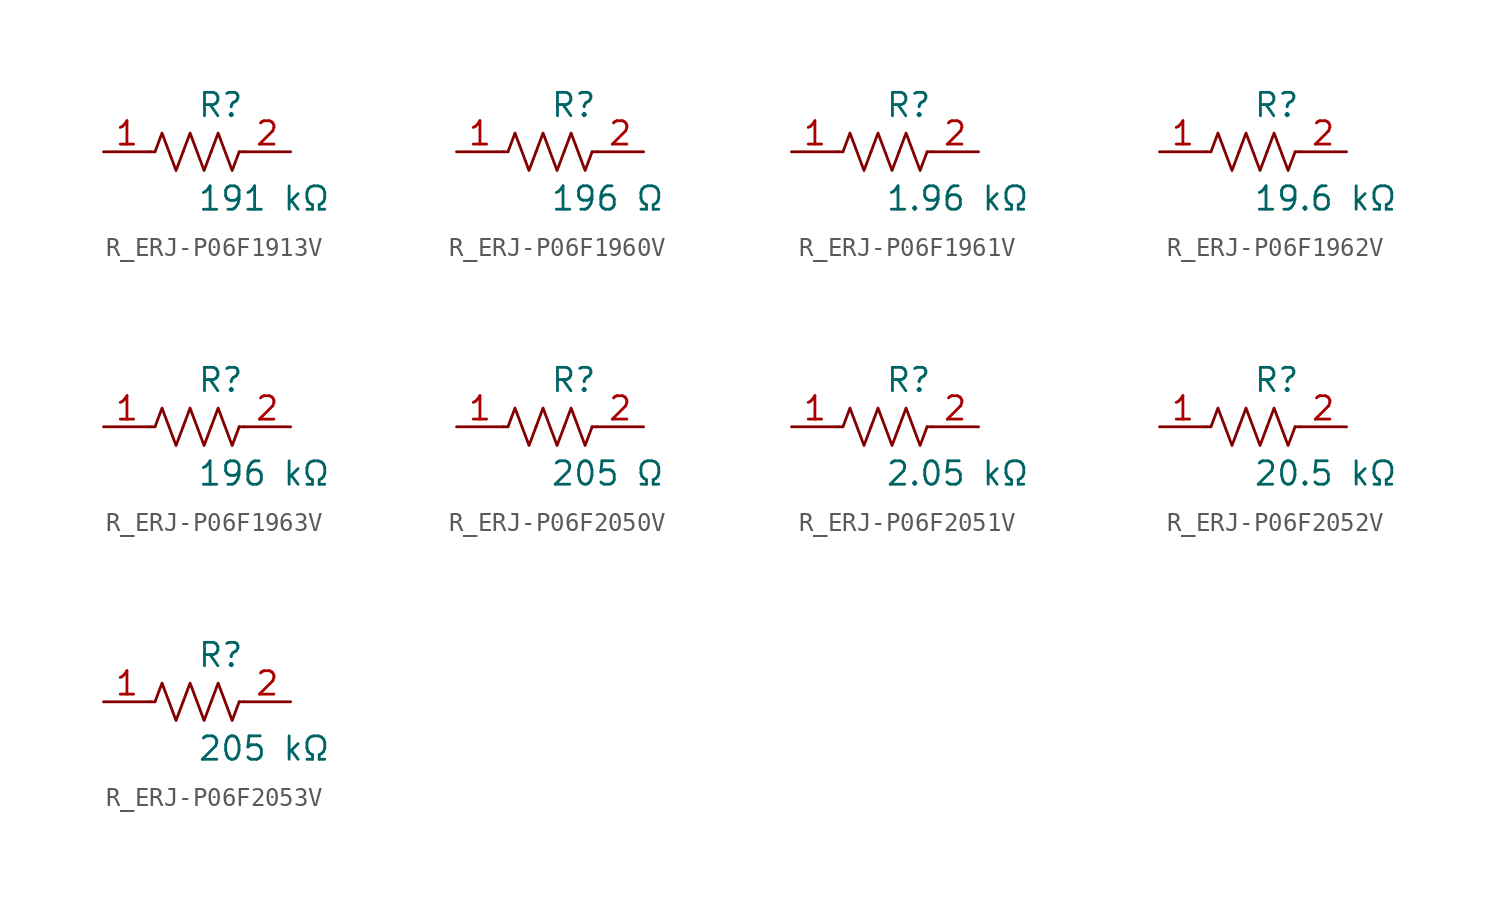
<source format=kicad_sym>
(kicad_symbol_lib
  (version 20231120)
  (generator kicad_symbol_editor)
  (generator_version 8.0)
  (symbol "R_ERJ-P06F1913V"
    (pin_names
      (offset 0.254))
    (property "Reference" "R"
      (at 0.0 2.54 0)
      (effects (font (size 1.27 1.27)) (justify left)))
    (property "Value" "191 kΩ"
      (at 0.0 -2.54 0)
      (effects (font (size 1.27 1.27)) (justify left)))
    (symbol "R_ERJ-P06F1913V_0_1"
      (polyline (pts (xy 2.286 0) (xy 2.54 0)) (stroke (width 0) (type default)) (fill (type none)))
      (polyline (pts (xy -2.286 0) (xy -2.54 0)) (stroke (width 0) (type default)) (fill (type none)))
      (polyline (pts (xy 0.762 0) (xy 1.143 1.016) (xy 1.524 0) (xy 1.905 -1.016) (xy 2.286 0)) (stroke (width 0) (type default)) (fill (type none)))
      (polyline (pts (xy -0.762 0) (xy -0.381 1.016) (xy 0 0) (xy 0.381 -1.016) (xy 0.762 0)) (stroke (width 0) (type default)) (fill (type none)))
      (polyline (pts (xy -2.286 0) (xy -1.905 1.016) (xy -1.524 0) (xy -1.143 -1.016) (xy -0.762 0)) (stroke (width 0) (type default)) (fill (type none))))
    (pin unspecified line
      (at -5.08 0 0)
      (length 2.54)
      (name "" (effects (font (size 1.27 1.27))))
      (number "1" (effects (font (size 1.27 1.27)))))
    (pin unspecified line
      (at 5.08 0 180)
      (length 2.54)
      (name "" (effects (font (size 1.27 1.27))))
      (number "2" (effects (font (size 1.27 1.27))))))
  (symbol "R_ERJ-P06F1960V"
    (pin_names
      (offset 0.254))
    (property "Reference" "R"
      (at 0.0 2.54 0)
      (effects (font (size 1.27 1.27)) (justify left)))
    (property "Value" "196 Ω"
      (at 0.0 -2.54 0)
      (effects (font (size 1.27 1.27)) (justify left)))
    (symbol "R_ERJ-P06F1960V_0_1"
      (polyline (pts (xy 2.286 0) (xy 2.54 0)) (stroke (width 0) (type default)) (fill (type none)))
      (polyline (pts (xy -2.286 0) (xy -2.54 0)) (stroke (width 0) (type default)) (fill (type none)))
      (polyline (pts (xy 0.762 0) (xy 1.143 1.016) (xy 1.524 0) (xy 1.905 -1.016) (xy 2.286 0)) (stroke (width 0) (type default)) (fill (type none)))
      (polyline (pts (xy -0.762 0) (xy -0.381 1.016) (xy 0 0) (xy 0.381 -1.016) (xy 0.762 0)) (stroke (width 0) (type default)) (fill (type none)))
      (polyline (pts (xy -2.286 0) (xy -1.905 1.016) (xy -1.524 0) (xy -1.143 -1.016) (xy -0.762 0)) (stroke (width 0) (type default)) (fill (type none))))
    (pin unspecified line
      (at -5.08 0 0)
      (length 2.54)
      (name "" (effects (font (size 1.27 1.27))))
      (number "1" (effects (font (size 1.27 1.27)))))
    (pin unspecified line
      (at 5.08 0 180)
      (length 2.54)
      (name "" (effects (font (size 1.27 1.27))))
      (number "2" (effects (font (size 1.27 1.27))))))
  (symbol "R_ERJ-P06F1961V"
    (pin_names
      (offset 0.254))
    (property "Reference" "R"
      (at 0.0 2.54 0)
      (effects (font (size 1.27 1.27)) (justify left)))
    (property "Value" "1.96 kΩ"
      (at 0.0 -2.54 0)
      (effects (font (size 1.27 1.27)) (justify left)))
    (symbol "R_ERJ-P06F1961V_0_1"
      (polyline (pts (xy 2.286 0) (xy 2.54 0)) (stroke (width 0) (type default)) (fill (type none)))
      (polyline (pts (xy -2.286 0) (xy -2.54 0)) (stroke (width 0) (type default)) (fill (type none)))
      (polyline (pts (xy 0.762 0) (xy 1.143 1.016) (xy 1.524 0) (xy 1.905 -1.016) (xy 2.286 0)) (stroke (width 0) (type default)) (fill (type none)))
      (polyline (pts (xy -0.762 0) (xy -0.381 1.016) (xy 0 0) (xy 0.381 -1.016) (xy 0.762 0)) (stroke (width 0) (type default)) (fill (type none)))
      (polyline (pts (xy -2.286 0) (xy -1.905 1.016) (xy -1.524 0) (xy -1.143 -1.016) (xy -0.762 0)) (stroke (width 0) (type default)) (fill (type none))))
    (pin unspecified line
      (at -5.08 0 0)
      (length 2.54)
      (name "" (effects (font (size 1.27 1.27))))
      (number "1" (effects (font (size 1.27 1.27)))))
    (pin unspecified line
      (at 5.08 0 180)
      (length 2.54)
      (name "" (effects (font (size 1.27 1.27))))
      (number "2" (effects (font (size 1.27 1.27))))))
  (symbol "R_ERJ-P06F1962V"
    (pin_names
      (offset 0.254))
    (property "Reference" "R"
      (at 0.0 2.54 0)
      (effects (font (size 1.27 1.27)) (justify left)))
    (property "Value" "19.6 kΩ"
      (at 0.0 -2.54 0)
      (effects (font (size 1.27 1.27)) (justify left)))
    (symbol "R_ERJ-P06F1962V_0_1"
      (polyline (pts (xy 2.286 0) (xy 2.54 0)) (stroke (width 0) (type default)) (fill (type none)))
      (polyline (pts (xy -2.286 0) (xy -2.54 0)) (stroke (width 0) (type default)) (fill (type none)))
      (polyline (pts (xy 0.762 0) (xy 1.143 1.016) (xy 1.524 0) (xy 1.905 -1.016) (xy 2.286 0)) (stroke (width 0) (type default)) (fill (type none)))
      (polyline (pts (xy -0.762 0) (xy -0.381 1.016) (xy 0 0) (xy 0.381 -1.016) (xy 0.762 0)) (stroke (width 0) (type default)) (fill (type none)))
      (polyline (pts (xy -2.286 0) (xy -1.905 1.016) (xy -1.524 0) (xy -1.143 -1.016) (xy -0.762 0)) (stroke (width 0) (type default)) (fill (type none))))
    (pin unspecified line
      (at -5.08 0 0)
      (length 2.54)
      (name "" (effects (font (size 1.27 1.27))))
      (number "1" (effects (font (size 1.27 1.27)))))
    (pin unspecified line
      (at 5.08 0 180)
      (length 2.54)
      (name "" (effects (font (size 1.27 1.27))))
      (number "2" (effects (font (size 1.27 1.27))))))
  (symbol "R_ERJ-P06F1963V"
    (pin_names
      (offset 0.254))
    (property "Reference" "R"
      (at 0.0 2.54 0)
      (effects (font (size 1.27 1.27)) (justify left)))
    (property "Value" "196 kΩ"
      (at 0.0 -2.54 0)
      (effects (font (size 1.27 1.27)) (justify left)))
    (symbol "R_ERJ-P06F1963V_0_1"
      (polyline (pts (xy 2.286 0) (xy 2.54 0)) (stroke (width 0) (type default)) (fill (type none)))
      (polyline (pts (xy -2.286 0) (xy -2.54 0)) (stroke (width 0) (type default)) (fill (type none)))
      (polyline (pts (xy 0.762 0) (xy 1.143 1.016) (xy 1.524 0) (xy 1.905 -1.016) (xy 2.286 0)) (stroke (width 0) (type default)) (fill (type none)))
      (polyline (pts (xy -0.762 0) (xy -0.381 1.016) (xy 0 0) (xy 0.381 -1.016) (xy 0.762 0)) (stroke (width 0) (type default)) (fill (type none)))
      (polyline (pts (xy -2.286 0) (xy -1.905 1.016) (xy -1.524 0) (xy -1.143 -1.016) (xy -0.762 0)) (stroke (width 0) (type default)) (fill (type none))))
    (pin unspecified line
      (at -5.08 0 0)
      (length 2.54)
      (name "" (effects (font (size 1.27 1.27))))
      (number "1" (effects (font (size 1.27 1.27)))))
    (pin unspecified line
      (at 5.08 0 180)
      (length 2.54)
      (name "" (effects (font (size 1.27 1.27))))
      (number "2" (effects (font (size 1.27 1.27))))))
  (symbol "R_ERJ-P06F2050V"
    (pin_names
      (offset 0.254))
    (property "Reference" "R"
      (at 0.0 2.54 0)
      (effects (font (size 1.27 1.27)) (justify left)))
    (property "Value" "205 Ω"
      (at 0.0 -2.54 0)
      (effects (font (size 1.27 1.27)) (justify left)))
    (symbol "R_ERJ-P06F2050V_0_1"
      (polyline (pts (xy 2.286 0) (xy 2.54 0)) (stroke (width 0) (type default)) (fill (type none)))
      (polyline (pts (xy -2.286 0) (xy -2.54 0)) (stroke (width 0) (type default)) (fill (type none)))
      (polyline (pts (xy 0.762 0) (xy 1.143 1.016) (xy 1.524 0) (xy 1.905 -1.016) (xy 2.286 0)) (stroke (width 0) (type default)) (fill (type none)))
      (polyline (pts (xy -0.762 0) (xy -0.381 1.016) (xy 0 0) (xy 0.381 -1.016) (xy 0.762 0)) (stroke (width 0) (type default)) (fill (type none)))
      (polyline (pts (xy -2.286 0) (xy -1.905 1.016) (xy -1.524 0) (xy -1.143 -1.016) (xy -0.762 0)) (stroke (width 0) (type default)) (fill (type none))))
    (pin unspecified line
      (at -5.08 0 0)
      (length 2.54)
      (name "" (effects (font (size 1.27 1.27))))
      (number "1" (effects (font (size 1.27 1.27)))))
    (pin unspecified line
      (at 5.08 0 180)
      (length 2.54)
      (name "" (effects (font (size 1.27 1.27))))
      (number "2" (effects (font (size 1.27 1.27))))))
  (symbol "R_ERJ-P06F2051V"
    (pin_names
      (offset 0.254))
    (property "Reference" "R"
      (at 0.0 2.54 0)
      (effects (font (size 1.27 1.27)) (justify left)))
    (property "Value" "2.05 kΩ"
      (at 0.0 -2.54 0)
      (effects (font (size 1.27 1.27)) (justify left)))
    (symbol "R_ERJ-P06F2051V_0_1"
      (polyline (pts (xy 2.286 0) (xy 2.54 0)) (stroke (width 0) (type default)) (fill (type none)))
      (polyline (pts (xy -2.286 0) (xy -2.54 0)) (stroke (width 0) (type default)) (fill (type none)))
      (polyline (pts (xy 0.762 0) (xy 1.143 1.016) (xy 1.524 0) (xy 1.905 -1.016) (xy 2.286 0)) (stroke (width 0) (type default)) (fill (type none)))
      (polyline (pts (xy -0.762 0) (xy -0.381 1.016) (xy 0 0) (xy 0.381 -1.016) (xy 0.762 0)) (stroke (width 0) (type default)) (fill (type none)))
      (polyline (pts (xy -2.286 0) (xy -1.905 1.016) (xy -1.524 0) (xy -1.143 -1.016) (xy -0.762 0)) (stroke (width 0) (type default)) (fill (type none))))
    (pin unspecified line
      (at -5.08 0 0)
      (length 2.54)
      (name "" (effects (font (size 1.27 1.27))))
      (number "1" (effects (font (size 1.27 1.27)))))
    (pin unspecified line
      (at 5.08 0 180)
      (length 2.54)
      (name "" (effects (font (size 1.27 1.27))))
      (number "2" (effects (font (size 1.27 1.27))))))
  (symbol "R_ERJ-P06F2052V"
    (pin_names
      (offset 0.254))
    (property "Reference" "R"
      (at 0.0 2.54 0)
      (effects (font (size 1.27 1.27)) (justify left)))
    (property "Value" "20.5 kΩ"
      (at 0.0 -2.54 0)
      (effects (font (size 1.27 1.27)) (justify left)))
    (symbol "R_ERJ-P06F2052V_0_1"
      (polyline (pts (xy 2.286 0) (xy 2.54 0)) (stroke (width 0) (type default)) (fill (type none)))
      (polyline (pts (xy -2.286 0) (xy -2.54 0)) (stroke (width 0) (type default)) (fill (type none)))
      (polyline (pts (xy 0.762 0) (xy 1.143 1.016) (xy 1.524 0) (xy 1.905 -1.016) (xy 2.286 0)) (stroke (width 0) (type default)) (fill (type none)))
      (polyline (pts (xy -0.762 0) (xy -0.381 1.016) (xy 0 0) (xy 0.381 -1.016) (xy 0.762 0)) (stroke (width 0) (type default)) (fill (type none)))
      (polyline (pts (xy -2.286 0) (xy -1.905 1.016) (xy -1.524 0) (xy -1.143 -1.016) (xy -0.762 0)) (stroke (width 0) (type default)) (fill (type none))))
    (pin unspecified line
      (at -5.08 0 0)
      (length 2.54)
      (name "" (effects (font (size 1.27 1.27))))
      (number "1" (effects (font (size 1.27 1.27)))))
    (pin unspecified line
      (at 5.08 0 180)
      (length 2.54)
      (name "" (effects (font (size 1.27 1.27))))
      (number "2" (effects (font (size 1.27 1.27))))))
  (symbol "R_ERJ-P06F2053V"
    (pin_names
      (offset 0.254))
    (property "Reference" "R"
      (at 0.0 2.54 0)
      (effects (font (size 1.27 1.27)) (justify left)))
    (property "Value" "205 kΩ"
      (at 0.0 -2.54 0)
      (effects (font (size 1.27 1.27)) (justify left)))
    (symbol "R_ERJ-P06F2053V_0_1"
      (polyline (pts (xy 2.286 0) (xy 2.54 0)) (stroke (width 0) (type default)) (fill (type none)))
      (polyline (pts (xy -2.286 0) (xy -2.54 0)) (stroke (width 0) (type default)) (fill (type none)))
      (polyline (pts (xy 0.762 0) (xy 1.143 1.016) (xy 1.524 0) (xy 1.905 -1.016) (xy 2.286 0)) (stroke (width 0) (type default)) (fill (type none)))
      (polyline (pts (xy -0.762 0) (xy -0.381 1.016) (xy 0 0) (xy 0.381 -1.016) (xy 0.762 0)) (stroke (width 0) (type default)) (fill (type none)))
      (polyline (pts (xy -2.286 0) (xy -1.905 1.016) (xy -1.524 0) (xy -1.143 -1.016) (xy -0.762 0)) (stroke (width 0) (type default)) (fill (type none))))
    (pin unspecified line
      (at -5.08 0 0)
      (length 2.54)
      (name "" (effects (font (size 1.27 1.27))))
      (number "1" (effects (font (size 1.27 1.27)))))
    (pin unspecified line
      (at 5.08 0 180)
      (length 2.54)
      (name "" (effects (font (size 1.27 1.27))))
      (number "2" (effects (font (size 1.27 1.27)))))))
</source>
